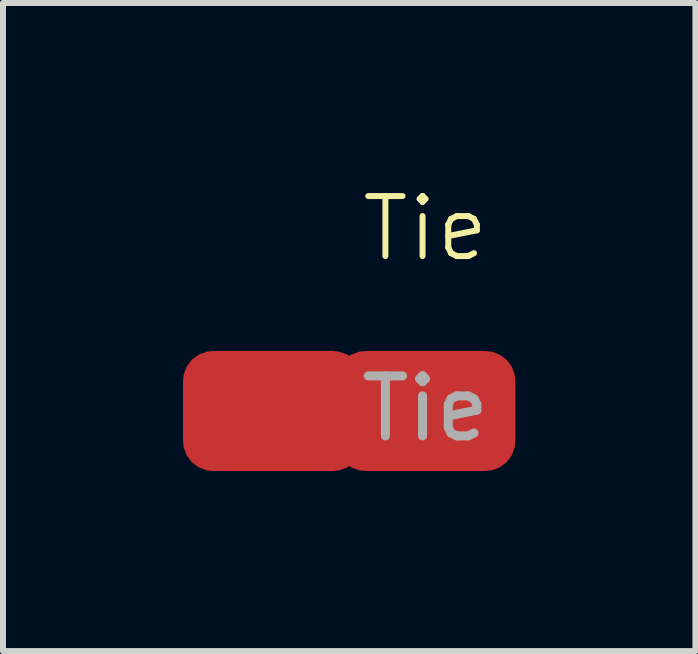
<source format=kicad_pcb>
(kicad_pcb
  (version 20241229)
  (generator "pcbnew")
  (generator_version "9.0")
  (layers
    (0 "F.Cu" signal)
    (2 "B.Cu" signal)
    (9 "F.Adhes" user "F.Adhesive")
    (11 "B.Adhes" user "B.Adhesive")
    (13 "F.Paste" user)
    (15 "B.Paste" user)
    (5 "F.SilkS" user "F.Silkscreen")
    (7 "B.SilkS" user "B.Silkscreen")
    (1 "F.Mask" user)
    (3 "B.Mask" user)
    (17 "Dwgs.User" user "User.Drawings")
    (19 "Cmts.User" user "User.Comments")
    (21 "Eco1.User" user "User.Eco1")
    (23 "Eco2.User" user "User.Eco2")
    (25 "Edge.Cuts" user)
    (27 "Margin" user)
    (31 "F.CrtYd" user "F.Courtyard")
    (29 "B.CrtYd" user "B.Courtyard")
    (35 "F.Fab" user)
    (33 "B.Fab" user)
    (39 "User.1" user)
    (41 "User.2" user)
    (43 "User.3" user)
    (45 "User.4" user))
  (footprint "Tie"
    (layer "F.Cu")
    (at 4.04 1.26)
    (property "Reference" "Tie" (at 0 -0.5 0) (unlocked yes) (layer "F.SilkS") (effects (font (size 1 1) (thickness 0.1))))
    (attr smd)
    (fp_text user "${REFERENCE}" (at 0 2.5 0) (unlocked yes) (layer "F.Fab") (effects (font (size 1 1) (thickness 0.15))))
    (pad "1" smd roundrect (at -2.54 2.54) (size 3 2) (layers "F.Cu" "F.Mask" "F.Paste") (roundrect_rratio 0.25))
    (pad "2" smd roundrect (at 0 2.54) (size 3 2) (layers "F.Cu" "F.Mask" "F.Paste") (roundrect_rratio 0.25)))
  (gr_rect
    (start -3 -3)
    (end 8.54 7.801)
    (stroke (width 0.1) (type default))
    (fill no)
    (layer "Edge.Cuts")))
</source>
